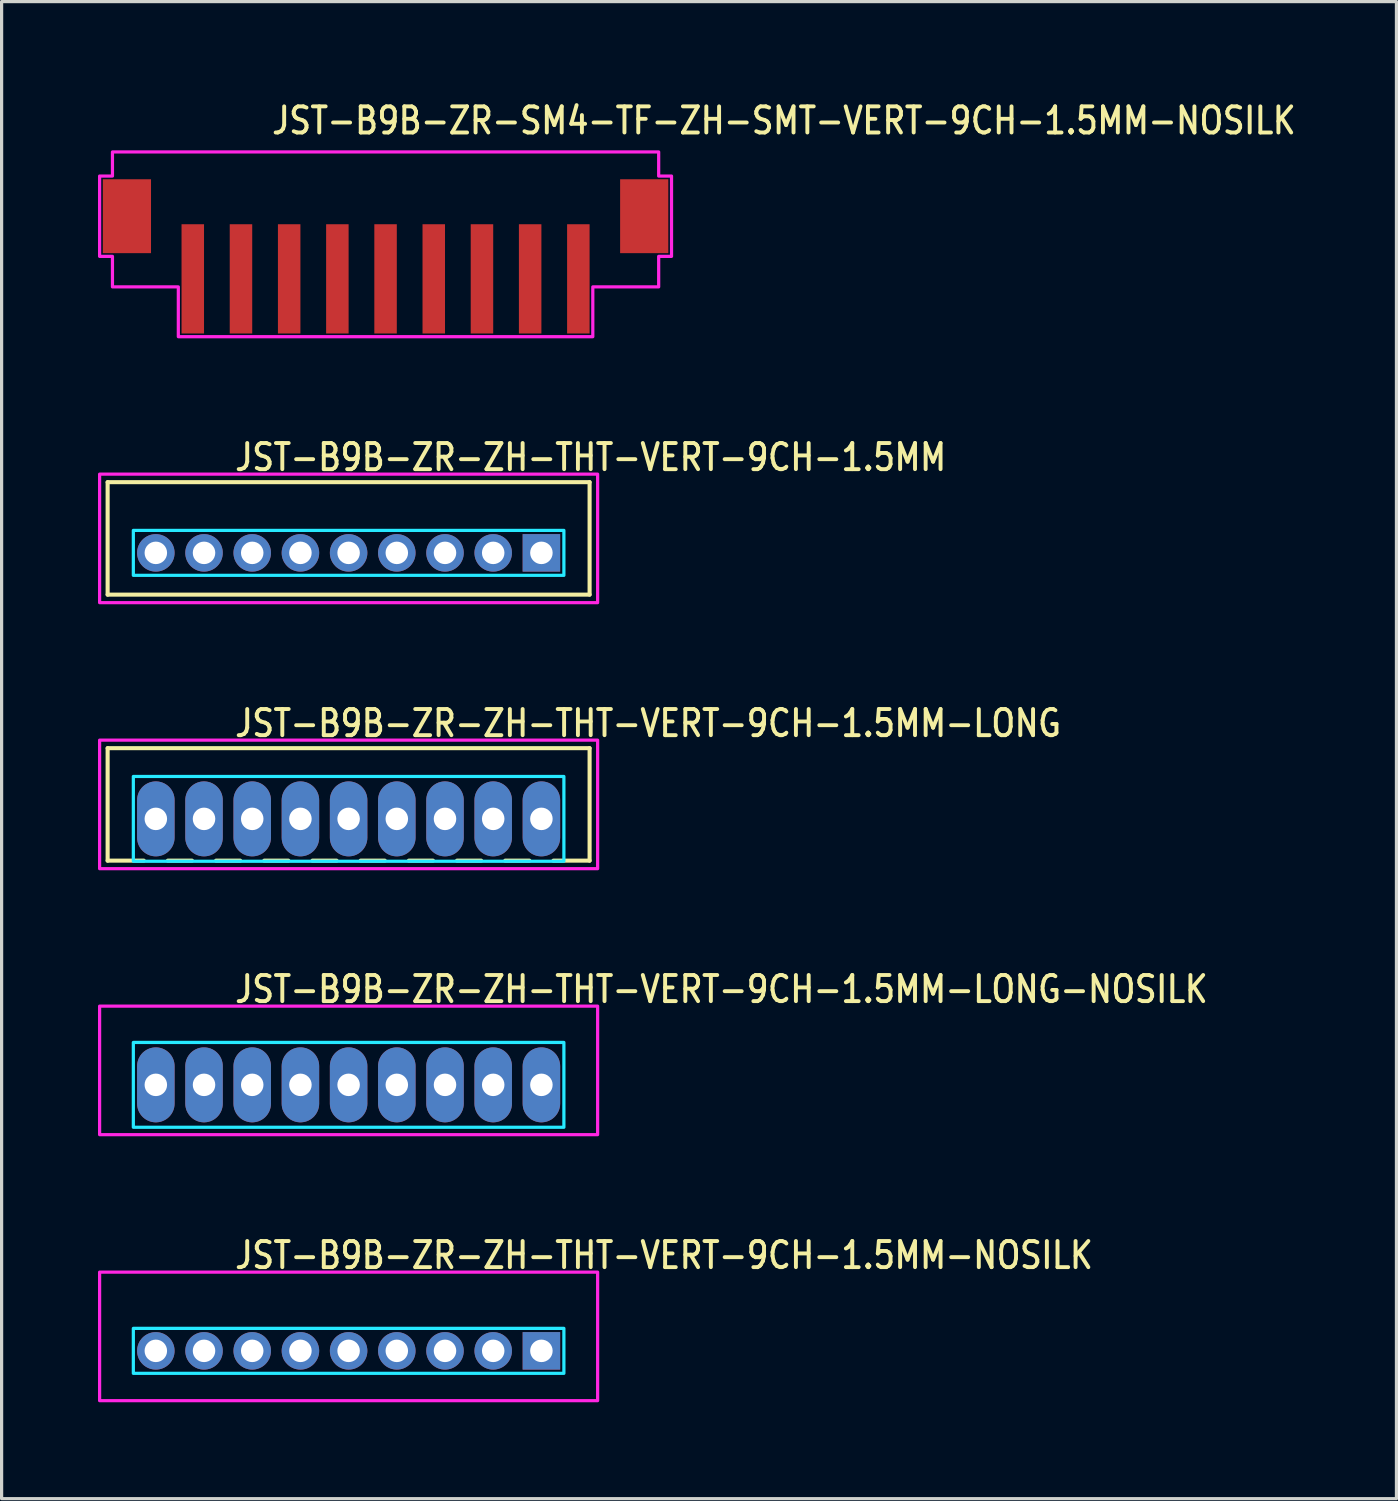
<source format=kicad_pcb>
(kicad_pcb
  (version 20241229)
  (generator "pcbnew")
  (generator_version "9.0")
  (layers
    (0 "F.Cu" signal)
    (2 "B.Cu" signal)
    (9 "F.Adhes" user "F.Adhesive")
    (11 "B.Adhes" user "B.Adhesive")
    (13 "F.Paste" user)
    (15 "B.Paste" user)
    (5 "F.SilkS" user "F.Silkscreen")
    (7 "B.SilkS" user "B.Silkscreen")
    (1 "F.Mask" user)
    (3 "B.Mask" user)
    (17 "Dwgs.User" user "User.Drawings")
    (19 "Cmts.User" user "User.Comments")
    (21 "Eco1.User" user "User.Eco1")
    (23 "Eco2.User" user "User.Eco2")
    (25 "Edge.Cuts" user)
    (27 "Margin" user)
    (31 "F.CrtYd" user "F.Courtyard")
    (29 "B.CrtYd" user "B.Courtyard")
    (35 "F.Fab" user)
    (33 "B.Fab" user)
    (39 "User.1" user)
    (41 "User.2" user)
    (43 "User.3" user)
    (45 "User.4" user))
  (footprint "JST-B9B-ZR-SM4-TF-ZH-SMT-VERT-9CH-1.5MM-NOSILK"
    (layer "F.Cu")
    (at 8.95 3.679)
    (property "Reference" "JST-B9B-ZR-SM4-TF-ZH-SMT-VERT-9CH-1.5MM-NOSILK" (at -3.6 -2.5 0) (unlocked yes) (layer "F.SilkS") (effects (font (size 0.813 0.695) (thickness 0.122)) (justify left bottom)))
    (fp_poly (pts (xy -8.5 -2) (xy -8.5 -1.25) (xy -8.9 -1.25) (xy -8.9 1.25) (xy -8.5 1.25) (xy -8.5 2.2) (xy -6.45 2.2) (xy -6.45 3.75) (xy 6.45 3.75) (xy 6.45 2.2) (xy 8.5 2.2) (xy 8.5 1.25) (xy 8.9 1.25) (xy 8.9 -1.25) (xy 8.5 -1.25) (xy 8.5 -2)) (stroke (width 0.1) (type solid)) (fill no) (layer "F.CrtYd"))
    (pad "1" smd rect (at -6 1.95) (size 0.7 3.4) (layers "F.Cu" "F.Mask" "F.Paste"))
    (pad "2" smd rect (at -4.5 1.95) (size 0.7 3.4) (layers "F.Cu" "F.Mask" "F.Paste"))
    (pad "3" smd rect (at -3 1.95) (size 0.7 3.4) (layers "F.Cu" "F.Mask" "F.Paste"))
    (pad "4" smd rect (at -1.5 1.95) (size 0.7 3.4) (layers "F.Cu" "F.Mask" "F.Paste"))
    (pad "5" smd rect (at 0 1.95) (size 0.7 3.4) (layers "F.Cu" "F.Mask" "F.Paste"))
    (pad "6" smd rect (at 1.5 1.95) (size 0.7 3.4) (layers "F.Cu" "F.Mask" "F.Paste"))
    (pad "7" smd rect (at 3 1.95) (size 0.7 3.4) (layers "F.Cu" "F.Mask" "F.Paste"))
    (pad "8" smd rect (at 4.5 1.95) (size 0.7 3.4) (layers "F.Cu" "F.Mask" "F.Paste"))
    (pad "9" smd rect (at 6 1.95) (size 0.7 3.4) (layers "F.Cu" "F.Mask" "F.Paste"))
    (pad "10" smd rect (at 8.05 0) (size 1.5 2.3) (layers "F.Cu" "F.Mask" "F.Paste"))
    (pad "11" smd rect (at -8.05 0) (size 1.5 2.3) (layers "F.Cu" "F.Mask" "F.Paste")))
  (footprint "JST-B9B-ZR-ZH-THT-VERT-9CH-1.5MM-LONG"
    (layer "F.Cu")
    (at 7.8 22.436)
    (property "Reference" "JST-B9B-ZR-ZH-THT-VERT-9CH-1.5MM-LONG" (at -3.6 -2.5 0) (unlocked yes) (layer "F.SilkS") (effects (font (size 0.813 0.695) (thickness 0.122)) (justify left bottom)))
    (fp_line (start -7.5 -2.2) (end 7.5 -2.2) (stroke (width 0.127) (type solid)) (layer "F.SilkS"))
    (fp_line (start -7.5 1.3) (end -7.5 -2.2) (stroke (width 0.127) (type solid)) (layer "F.SilkS"))
    (fp_line (start -7.5 1.3) (end -6.375 1.3) (stroke (width 0.127) (type solid)) (layer "F.SilkS"))
    (fp_line (start -5.625 1.3) (end -4.875 1.3) (stroke (width 0.127) (type solid)) (layer "F.SilkS"))
    (fp_line (start -4.125 1.3) (end -3.375 1.3) (stroke (width 0.127) (type solid)) (layer "F.SilkS"))
    (fp_line (start -2.625 1.3) (end -1.875 1.3) (stroke (width 0.127) (type solid)) (layer "F.SilkS"))
    (fp_line (start -1.125 1.3) (end -0.375 1.3) (stroke (width 0.127) (type solid)) (layer "F.SilkS"))
    (fp_line (start 0.375 1.3) (end 1.125 1.3) (stroke (width 0.127) (type solid)) (layer "F.SilkS"))
    (fp_line (start 1.875 1.3) (end 2.625 1.3) (stroke (width 0.127) (type solid)) (layer "F.SilkS"))
    (fp_line (start 3.375 1.3) (end 4.125 1.3) (stroke (width 0.127) (type solid)) (layer "F.SilkS"))
    (fp_line (start 4.875 1.3) (end 5.625 1.3) (stroke (width 0.127) (type solid)) (layer "F.SilkS"))
    (fp_line (start 6.375 1.3) (end 7.5 1.3) (stroke (width 0.127) (type solid)) (layer "F.SilkS"))
    (fp_line (start 7.5 -2.2) (end 7.5 1.3) (stroke (width 0.127) (type solid)) (layer "F.SilkS"))
    (fp_poly (pts (xy -6.7 -1.32) (xy -6.7 1.32) (xy 6.7 1.32) (xy 6.7 -1.32)) (stroke (width 0.1) (type solid)) (fill no) (layer "B.CrtYd"))
    (fp_poly (pts (xy -7.75 -2.45) (xy -7.75 1.55) (xy 7.75 1.55) (xy 7.75 -2.45)) (stroke (width 0.1) (type solid)) (fill no) (layer "F.CrtYd"))
    (pad "P$1" thru_hole oval (at 6 0 90) (size 2.333 1.167) (drill 0.7) (layers "*.Cu" "*.Mask"))
    (pad "P$2" thru_hole oval (at 4.5 0 90) (size 2.333 1.167) (drill 0.7) (layers "*.Cu" "*.Mask"))
    (pad "P$3" thru_hole oval (at 3 0 90) (size 2.333 1.167) (drill 0.7) (layers "*.Cu" "*.Mask"))
    (pad "P$4" thru_hole oval (at 1.5 0 90) (size 2.333 1.167) (drill 0.7) (layers "*.Cu" "*.Mask"))
    (pad "P$5" thru_hole oval (at 0 0 90) (size 2.333 1.167) (drill 0.7) (layers "*.Cu" "*.Mask"))
    (pad "P$6" thru_hole oval (at -1.5 0 90) (size 2.333 1.167) (drill 0.7) (layers "*.Cu" "*.Mask"))
    (pad "P$7" thru_hole oval (at -3 0 90) (size 2.333 1.167) (drill 0.7) (layers "*.Cu" "*.Mask"))
    (pad "P$8" thru_hole oval (at -4.5 0 90) (size 2.333 1.167) (drill 0.7) (layers "*.Cu" "*.Mask"))
    (pad "P$9" thru_hole oval (at -6 0 90) (size 2.333 1.167) (drill 0.7) (layers "*.Cu" "*.Mask")))
  (footprint "JST-B9B-ZR-ZH-THT-VERT-9CH-1.5MM"
    (layer "F.Cu")
    (at 7.8 14.157)
    (property "Reference" "JST-B9B-ZR-ZH-THT-VERT-9CH-1.5MM" (at -3.6 -2.5 0) (unlocked yes) (layer "F.SilkS") (effects (font (size 0.813 0.695) (thickness 0.122)) (justify left bottom)))
    (fp_line (start -7.5 -2.2) (end 7.5 -2.2) (stroke (width 0.127) (type solid)) (layer "F.SilkS"))
    (fp_line (start -7.5 1.3) (end -7.5 -2.2) (stroke (width 0.127) (type solid)) (layer "F.SilkS"))
    (fp_line (start -7.5 1.3) (end 7.5 1.3) (stroke (width 0.127) (type solid)) (layer "F.SilkS"))
    (fp_line (start 7.5 -2.2) (end 7.5 1.3) (stroke (width 0.127) (type solid)) (layer "F.SilkS"))
    (fp_poly (pts (xy -6.7 -0.7) (xy -6.7 0.7) (xy 6.7 0.7) (xy 6.7 -0.7)) (stroke (width 0.1) (type solid)) (fill no) (layer "B.CrtYd"))
    (fp_poly (pts (xy -7.75 -2.45) (xy -7.75 1.55) (xy 7.75 1.55) (xy 7.75 -2.45)) (stroke (width 0.1) (type solid)) (fill no) (layer "F.CrtYd"))
    (pad "1" thru_hole rect (at 6 0) (size 1.167 1.167) (drill 0.7) (layers "*.Cu" "*.Mask"))
    (pad "2" thru_hole oval (at 4.5 0) (size 1.167 1.167) (drill 0.7) (layers "*.Cu" "*.Mask"))
    (pad "3" thru_hole oval (at 3 0) (size 1.167 1.167) (drill 0.7) (layers "*.Cu" "*.Mask"))
    (pad "4" thru_hole oval (at 1.5 0) (size 1.167 1.167) (drill 0.7) (layers "*.Cu" "*.Mask"))
    (pad "5" thru_hole oval (at 0 0) (size 1.167 1.167) (drill 0.7) (layers "*.Cu" "*.Mask"))
    (pad "6" thru_hole oval (at -1.5 0) (size 1.167 1.167) (drill 0.7) (layers "*.Cu" "*.Mask"))
    (pad "7" thru_hole oval (at -3 0) (size 1.167 1.167) (drill 0.7) (layers "*.Cu" "*.Mask"))
    (pad "8" thru_hole oval (at -4.5 0) (size 1.167 1.167) (drill 0.7) (layers "*.Cu" "*.Mask"))
    (pad "9" thru_hole oval (at -6 0) (size 1.167 1.167) (drill 0.7) (layers "*.Cu" "*.Mask")))
  (footprint "JST-B9B-ZR-ZH-THT-VERT-9CH-1.5MM-LONG-NOSILK"
    (layer "F.Cu")
    (at 7.8 30.714)
    (property "Reference" "JST-B9B-ZR-ZH-THT-VERT-9CH-1.5MM-LONG-NOSILK" (at -3.6 -2.5 0) (unlocked yes) (layer "F.SilkS") (effects (font (size 0.813 0.695) (thickness 0.122)) (justify left bottom)))
    (fp_poly (pts (xy -6.7 -1.32) (xy -6.7 1.32) (xy 6.7 1.32) (xy 6.7 -1.32)) (stroke (width 0.1) (type solid)) (fill no) (layer "B.CrtYd"))
    (fp_poly (pts (xy -7.75 -2.45) (xy -7.75 1.55) (xy 7.75 1.55) (xy 7.75 -2.45)) (stroke (width 0.1) (type solid)) (fill no) (layer "F.CrtYd"))
    (pad "1" thru_hole oval (at 6 0 90) (size 2.333 1.167) (drill 0.7) (layers "*.Cu" "*.Mask"))
    (pad "2" thru_hole oval (at 4.5 0 90) (size 2.333 1.167) (drill 0.7) (layers "*.Cu" "*.Mask"))
    (pad "3" thru_hole oval (at 3 0 90) (size 2.333 1.167) (drill 0.7) (layers "*.Cu" "*.Mask"))
    (pad "4" thru_hole oval (at 1.5 0 90) (size 2.333 1.167) (drill 0.7) (layers "*.Cu" "*.Mask"))
    (pad "5" thru_hole oval (at 0 0 90) (size 2.333 1.167) (drill 0.7) (layers "*.Cu" "*.Mask"))
    (pad "6" thru_hole oval (at -1.5 0 90) (size 2.333 1.167) (drill 0.7) (layers "*.Cu" "*.Mask"))
    (pad "7" thru_hole oval (at -3 0 90) (size 2.333 1.167) (drill 0.7) (layers "*.Cu" "*.Mask"))
    (pad "8" thru_hole oval (at -4.5 0 90) (size 2.333 1.167) (drill 0.7) (layers "*.Cu" "*.Mask"))
    (pad "9" thru_hole oval (at -6 0 90) (size 2.333 1.167) (drill 0.7) (layers "*.Cu" "*.Mask")))
  (footprint "JST-B9B-ZR-ZH-THT-VERT-9CH-1.5MM-NOSILK"
    (layer "F.Cu")
    (at 7.8 38.993)
    (property "Reference" "JST-B9B-ZR-ZH-THT-VERT-9CH-1.5MM-NOSILK" (at -3.6 -2.5 0) (unlocked yes) (layer "F.SilkS") (effects (font (size 0.813 0.695) (thickness 0.122)) (justify left bottom)))
    (fp_poly (pts (xy -6.7 -0.7) (xy -6.7 0.7) (xy 6.7 0.7) (xy 6.7 -0.7)) (stroke (width 0.1) (type solid)) (fill no) (layer "B.CrtYd"))
    (fp_poly (pts (xy -7.75 -2.45) (xy -7.75 1.55) (xy 7.75 1.55) (xy 7.75 -2.45)) (stroke (width 0.1) (type solid)) (fill no) (layer "F.CrtYd"))
    (pad "1" thru_hole rect (at 6 0) (size 1.167 1.167) (drill 0.7) (layers "*.Cu" "*.Mask"))
    (pad "2" thru_hole oval (at 4.5 0) (size 1.167 1.167) (drill 0.7) (layers "*.Cu" "*.Mask"))
    (pad "3" thru_hole oval (at 3 0) (size 1.167 1.167) (drill 0.7) (layers "*.Cu" "*.Mask"))
    (pad "4" thru_hole oval (at 1.5 0) (size 1.167 1.167) (drill 0.7) (layers "*.Cu" "*.Mask"))
    (pad "5" thru_hole oval (at 0 0) (size 1.167 1.167) (drill 0.7) (layers "*.Cu" "*.Mask"))
    (pad "6" thru_hole oval (at -1.5 0) (size 1.167 1.167) (drill 0.7) (layers "*.Cu" "*.Mask"))
    (pad "7" thru_hole oval (at -3 0) (size 1.167 1.167) (drill 0.7) (layers "*.Cu" "*.Mask"))
    (pad "8" thru_hole oval (at -4.5 0) (size 1.167 1.167) (drill 0.7) (layers "*.Cu" "*.Mask"))
    (pad "9" thru_hole oval (at -6 0) (size 1.167 1.167) (drill 0.7) (layers "*.Cu" "*.Mask")))
  (gr_rect
    (start -3 -3)
    (end 40.412 43.593)
    (stroke (width 0.1) (type default))
    (fill no)
    (layer "Edge.Cuts")))
</source>
